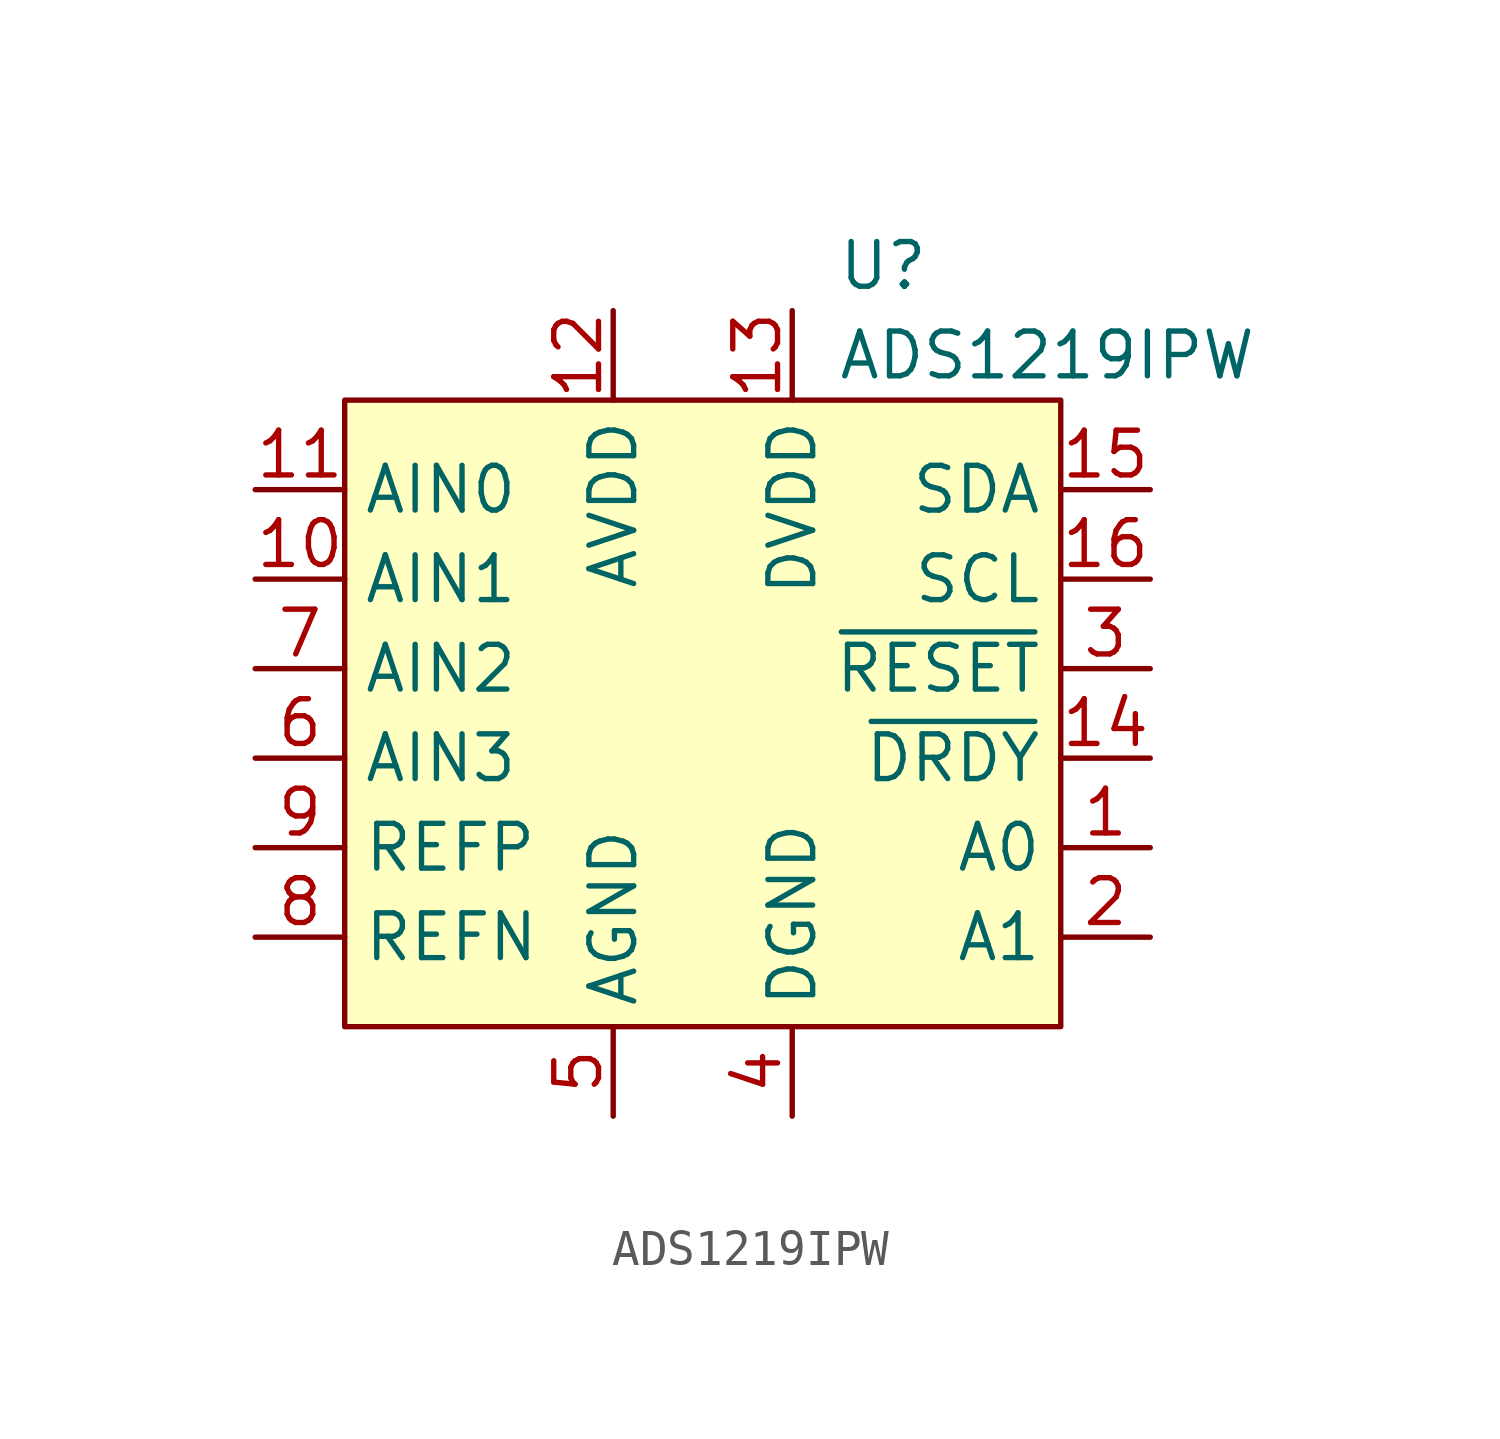
<source format=kicad_sym>
(kicad_symbol_lib
  (version 20231120)
  (generator "kicad_symbol_editor")
  (generator_version "8.0")
  (symbol "ADS1219IPW"
    (property "Reference" "U"
      (at 3.81 13.97 0)
      (effects (font (size 1.27 1.27)) (justify left)))
    (property "Value" "ADS1219IPW"
      (at 3.81 11.43 0)
      (effects (font (size 1.27 1.27)) (justify left)))
    (symbol "ADS1219IPW_1_1"
      (rectangle (start -10.16 10.16) (end 10.16 -7.62) (stroke (width 0) (type default)) (fill (type background)))
      (pin input line (at 12.7 -2.54 180) (length 2.54) (name "A0" (effects (font (size 1.27 1.27)))) (number "1" (effects (font (size 1.27 1.27)))))
      (pin input line (at -12.7 5.08 0) (length 2.54) (name "AIN1" (effects (font (size 1.27 1.27)))) (number "10" (effects (font (size 1.27 1.27)))))
      (pin input line (at -12.7 7.62 0) (length 2.54) (name "AIN0" (effects (font (size 1.27 1.27)))) (number "11" (effects (font (size 1.27 1.27)))))
      (pin power_in line (at -2.54 12.7 270) (length 2.54) (name "AVDD" (effects (font (size 1.27 1.27)))) (number "12" (effects (font (size 1.27 1.27)))))
      (pin power_in line (at 2.54 12.7 270) (length 2.54) (name "DVDD" (effects (font (size 1.27 1.27)))) (number "13" (effects (font (size 1.27 1.27)))))
      (pin output line (at 12.7 0 180) (length 2.54) (name "~{DRDY}" (effects (font (size 1.27 1.27)))) (number "14" (effects (font (size 1.27 1.27)))))
      (pin bidirectional line (at 12.7 7.62 180) (length 2.54) (name "SDA" (effects (font (size 1.27 1.27)))) (number "15" (effects (font (size 1.27 1.27)))))
      (pin input line (at 12.7 5.08 180) (length 2.54) (name "SCL" (effects (font (size 1.27 1.27)))) (number "16" (effects (font (size 1.27 1.27)))))
      (pin input line (at 12.7 -5.08 180) (length 2.54) (name "A1" (effects (font (size 1.27 1.27)))) (number "2" (effects (font (size 1.27 1.27)))))
      (pin input line (at 12.7 2.54 180) (length 2.54) (name "~{RESET}" (effects (font (size 1.27 1.27)))) (number "3" (effects (font (size 1.27 1.27)))))
      (pin power_in line (at 2.54 -10.16 90) (length 2.54) (name "DGND" (effects (font (size 1.27 1.27)))) (number "4" (effects (font (size 1.27 1.27)))))
      (pin power_in line (at -2.54 -10.16 90) (length 2.54) (name "AGND" (effects (font (size 1.27 1.27)))) (number "5" (effects (font (size 1.27 1.27)))))
      (pin input line (at -12.7 0 0) (length 2.54) (name "AIN3" (effects (font (size 1.27 1.27)))) (number "6" (effects (font (size 1.27 1.27)))))
      (pin input line (at -12.7 2.54 0) (length 2.54) (name "AIN2" (effects (font (size 1.27 1.27)))) (number "7" (effects (font (size 1.27 1.27)))))
      (pin input line (at -12.7 -5.08 0) (length 2.54) (name "REFN" (effects (font (size 1.27 1.27)))) (number "8" (effects (font (size 1.27 1.27)))))
      (pin input line (at -12.7 -2.54 0) (length 2.54) (name "REFP" (effects (font (size 1.27 1.27)))) (number "9" (effects (font (size 1.27 1.27))))))))
</source>
